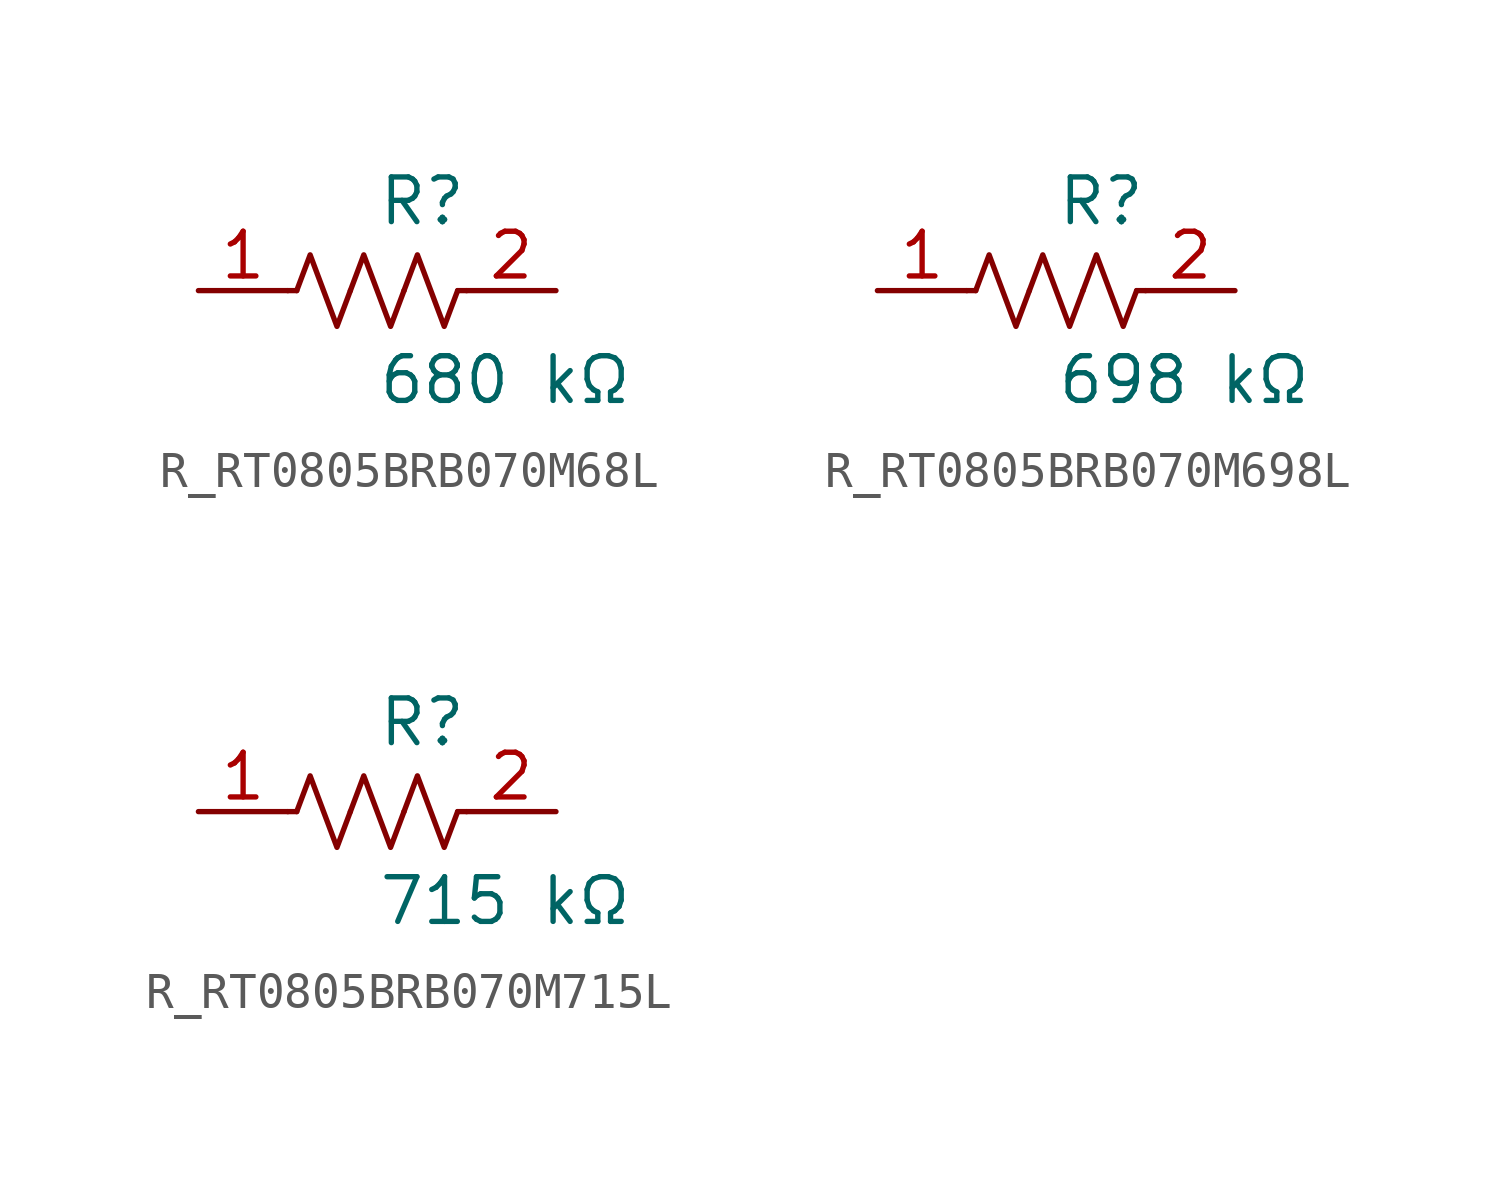
<source format=kicad_sym>
(kicad_symbol_lib
  (version 20231120)
  (generator kicad_symbol_editor)
  (generator_version 8.0)
  (symbol "R_RT0805BRB070M68L"
    (pin_names
      (offset 0.254))
    (property "Reference" "R"
      (at 0.0 2.54 0)
      (effects (font (size 1.27 1.27)) (justify left)))
    (property "Value" "680 kΩ"
      (at 0.0 -2.54 0)
      (effects (font (size 1.27 1.27)) (justify left)))
    (symbol "R_RT0805BRB070M68L_0_1"
      (polyline (pts (xy 2.286 0) (xy 2.54 0)) (stroke (width 0) (type default)) (fill (type none)))
      (polyline (pts (xy -2.286 0) (xy -2.54 0)) (stroke (width 0) (type default)) (fill (type none)))
      (polyline (pts (xy 0.762 0) (xy 1.143 1.016) (xy 1.524 0) (xy 1.905 -1.016) (xy 2.286 0)) (stroke (width 0) (type default)) (fill (type none)))
      (polyline (pts (xy -0.762 0) (xy -0.381 1.016) (xy 0 0) (xy 0.381 -1.016) (xy 0.762 0)) (stroke (width 0) (type default)) (fill (type none)))
      (polyline (pts (xy -2.286 0) (xy -1.905 1.016) (xy -1.524 0) (xy -1.143 -1.016) (xy -0.762 0)) (stroke (width 0) (type default)) (fill (type none))))
    (pin unspecified line
      (at -5.08 0 0)
      (length 2.54)
      (name "" (effects (font (size 1.27 1.27))))
      (number "1" (effects (font (size 1.27 1.27)))))
    (pin unspecified line
      (at 5.08 0 180)
      (length 2.54)
      (name "" (effects (font (size 1.27 1.27))))
      (number "2" (effects (font (size 1.27 1.27))))))
  (symbol "R_RT0805BRB070M698L"
    (pin_names
      (offset 0.254))
    (property "Reference" "R"
      (at 0.0 2.54 0)
      (effects (font (size 1.27 1.27)) (justify left)))
    (property "Value" "698 kΩ"
      (at 0.0 -2.54 0)
      (effects (font (size 1.27 1.27)) (justify left)))
    (symbol "R_RT0805BRB070M698L_0_1"
      (polyline (pts (xy 2.286 0) (xy 2.54 0)) (stroke (width 0) (type default)) (fill (type none)))
      (polyline (pts (xy -2.286 0) (xy -2.54 0)) (stroke (width 0) (type default)) (fill (type none)))
      (polyline (pts (xy 0.762 0) (xy 1.143 1.016) (xy 1.524 0) (xy 1.905 -1.016) (xy 2.286 0)) (stroke (width 0) (type default)) (fill (type none)))
      (polyline (pts (xy -0.762 0) (xy -0.381 1.016) (xy 0 0) (xy 0.381 -1.016) (xy 0.762 0)) (stroke (width 0) (type default)) (fill (type none)))
      (polyline (pts (xy -2.286 0) (xy -1.905 1.016) (xy -1.524 0) (xy -1.143 -1.016) (xy -0.762 0)) (stroke (width 0) (type default)) (fill (type none))))
    (pin unspecified line
      (at -5.08 0 0)
      (length 2.54)
      (name "" (effects (font (size 1.27 1.27))))
      (number "1" (effects (font (size 1.27 1.27)))))
    (pin unspecified line
      (at 5.08 0 180)
      (length 2.54)
      (name "" (effects (font (size 1.27 1.27))))
      (number "2" (effects (font (size 1.27 1.27))))))
  (symbol "R_RT0805BRB070M715L"
    (pin_names
      (offset 0.254))
    (property "Reference" "R"
      (at 0.0 2.54 0)
      (effects (font (size 1.27 1.27)) (justify left)))
    (property "Value" "715 kΩ"
      (at 0.0 -2.54 0)
      (effects (font (size 1.27 1.27)) (justify left)))
    (symbol "R_RT0805BRB070M715L_0_1"
      (polyline (pts (xy 2.286 0) (xy 2.54 0)) (stroke (width 0) (type default)) (fill (type none)))
      (polyline (pts (xy -2.286 0) (xy -2.54 0)) (stroke (width 0) (type default)) (fill (type none)))
      (polyline (pts (xy 0.762 0) (xy 1.143 1.016) (xy 1.524 0) (xy 1.905 -1.016) (xy 2.286 0)) (stroke (width 0) (type default)) (fill (type none)))
      (polyline (pts (xy -0.762 0) (xy -0.381 1.016) (xy 0 0) (xy 0.381 -1.016) (xy 0.762 0)) (stroke (width 0) (type default)) (fill (type none)))
      (polyline (pts (xy -2.286 0) (xy -1.905 1.016) (xy -1.524 0) (xy -1.143 -1.016) (xy -0.762 0)) (stroke (width 0) (type default)) (fill (type none))))
    (pin unspecified line
      (at -5.08 0 0)
      (length 2.54)
      (name "" (effects (font (size 1.27 1.27))))
      (number "1" (effects (font (size 1.27 1.27)))))
    (pin unspecified line
      (at 5.08 0 180)
      (length 2.54)
      (name "" (effects (font (size 1.27 1.27))))
      (number "2" (effects (font (size 1.27 1.27)))))))
</source>
